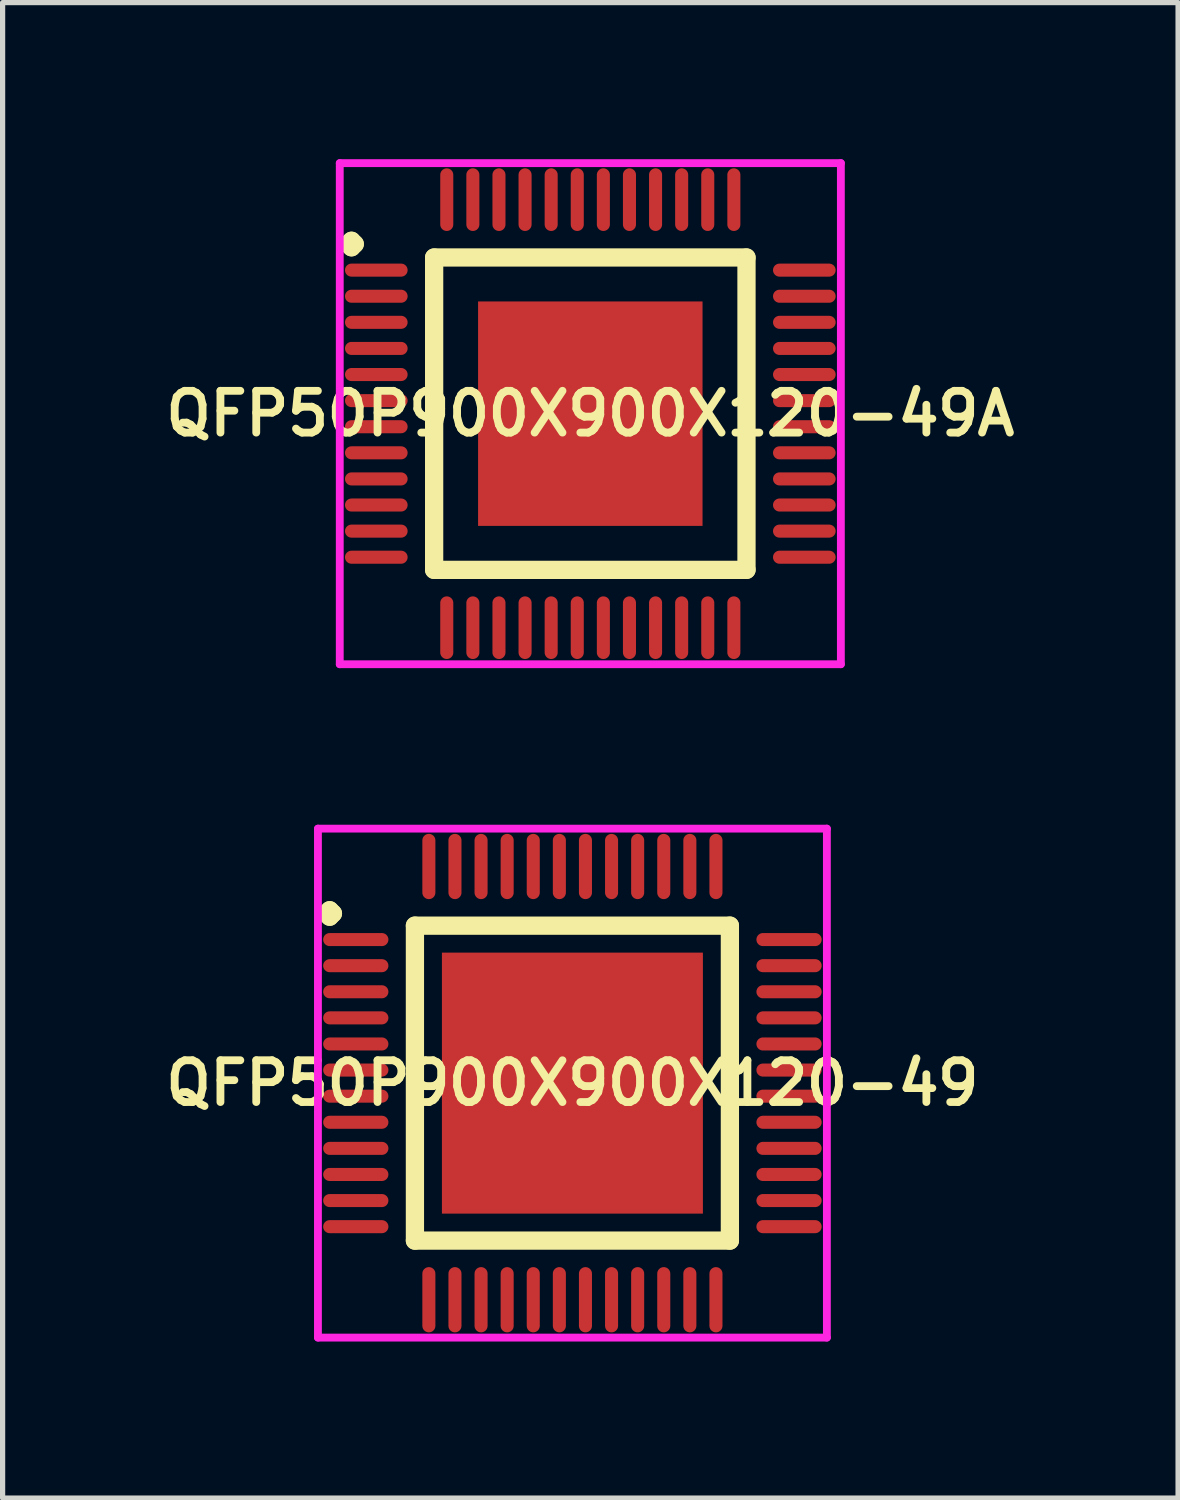
<source format=kicad_pcb>
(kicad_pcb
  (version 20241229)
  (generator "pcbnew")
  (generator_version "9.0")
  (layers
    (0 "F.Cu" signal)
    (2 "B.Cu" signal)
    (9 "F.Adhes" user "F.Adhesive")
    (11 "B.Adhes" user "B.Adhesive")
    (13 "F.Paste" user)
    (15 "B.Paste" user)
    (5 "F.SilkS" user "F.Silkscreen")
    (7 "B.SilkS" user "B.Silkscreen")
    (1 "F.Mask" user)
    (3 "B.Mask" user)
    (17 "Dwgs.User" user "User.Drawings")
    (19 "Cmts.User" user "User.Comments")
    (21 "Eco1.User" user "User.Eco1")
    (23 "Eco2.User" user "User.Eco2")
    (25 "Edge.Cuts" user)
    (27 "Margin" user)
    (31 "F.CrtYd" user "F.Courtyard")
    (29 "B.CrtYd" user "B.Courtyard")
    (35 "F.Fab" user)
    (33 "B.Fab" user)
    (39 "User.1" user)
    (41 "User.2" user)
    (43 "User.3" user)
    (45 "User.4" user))
  (footprint "QFP50P900X900X120-49A"
    (layer "F.Cu")
    (at 8.259 4.875)
    (property "Reference" "QFP50P900X900X120-49A" (at 0 0 0) (layer "F.SilkS") (effects (font (size 0.8 0.8) (thickness 0.15))))
    (attr smd)
    (fp_line (start -4.638 -3.25) (end -4.575 -3.312) (stroke (width 0.35) (type solid)) (layer "F.SilkS"))
    (fp_line (start -4.575 -3.312) (end -4.513 -3.25) (stroke (width 0.35) (type solid)) (layer "F.SilkS"))
    (fp_line (start -4.575 -3.188) (end -4.638 -3.25) (stroke (width 0.35) (type solid)) (layer "F.SilkS"))
    (fp_line (start -4.513 -3.25) (end -4.575 -3.188) (stroke (width 0.35) (type solid)) (layer "F.SilkS"))
    (fp_line (start -2.992 -2.992) (end -2.992 2.992) (stroke (width 0.35) (type solid)) (layer "F.SilkS"))
    (fp_line (start -2.992 2.992) (end 2.992 2.992) (stroke (width 0.35) (type solid)) (layer "F.SilkS"))
    (fp_line (start 2.992 -2.992) (end -2.992 -2.992) (stroke (width 0.35) (type solid)) (layer "F.SilkS"))
    (fp_line (start 2.992 2.992) (end 2.992 -2.992) (stroke (width 0.35) (type solid)) (layer "F.SilkS"))
    (fp_line (start -4.8 -4.8) (end 4.8 -4.8) (stroke (width 0.15) (type solid)) (layer "F.CrtYd"))
    (fp_line (start -4.8 4.8) (end -4.8 -4.8) (stroke (width 0.15) (type solid)) (layer "F.CrtYd"))
    (fp_line (start 4.8 -4.8) (end 4.8 4.8) (stroke (width 0.15) (type solid)) (layer "F.CrtYd"))
    (fp_line (start 4.8 4.8) (end -4.8 4.8) (stroke (width 0.15) (type solid)) (layer "F.CrtYd"))
    (pad "1" smd oval (at -4.1 -2.75) (size 1.2 0.25) (layers "F.Cu" "F.Mask" "F.Paste"))
    (pad "2" smd oval (at -4.1 -2.25) (size 1.2 0.25) (layers "F.Cu" "F.Mask" "F.Paste"))
    (pad "3" smd oval (at -4.1 -1.75) (size 1.2 0.25) (layers "F.Cu" "F.Mask" "F.Paste"))
    (pad "4" smd oval (at -4.1 -1.25) (size 1.2 0.25) (layers "F.Cu" "F.Mask" "F.Paste"))
    (pad "5" smd oval (at -4.1 -0.75) (size 1.2 0.25) (layers "F.Cu" "F.Mask" "F.Paste"))
    (pad "6" smd oval (at -4.1 -0.25) (size 1.2 0.25) (layers "F.Cu" "F.Mask" "F.Paste"))
    (pad "7" smd oval (at -4.1 0.25) (size 1.2 0.25) (layers "F.Cu" "F.Mask" "F.Paste"))
    (pad "8" smd oval (at -4.1 0.75) (size 1.2 0.25) (layers "F.Cu" "F.Mask" "F.Paste"))
    (pad "9" smd oval (at -4.1 1.25) (size 1.2 0.25) (layers "F.Cu" "F.Mask" "F.Paste"))
    (pad "10" smd oval (at -4.1 1.75) (size 1.2 0.25) (layers "F.Cu" "F.Mask" "F.Paste"))
    (pad "11" smd oval (at -4.1 2.25) (size 1.2 0.25) (layers "F.Cu" "F.Mask" "F.Paste"))
    (pad "12" smd oval (at -4.1 2.75) (size 1.2 0.25) (layers "F.Cu" "F.Mask" "F.Paste"))
    (pad "13" smd oval (at -2.75 4.1) (size 0.25 1.2) (layers "F.Cu" "F.Mask" "F.Paste"))
    (pad "14" smd oval (at -2.25 4.1) (size 0.25 1.2) (layers "F.Cu" "F.Mask" "F.Paste"))
    (pad "15" smd oval (at -1.75 4.1) (size 0.25 1.2) (layers "F.Cu" "F.Mask" "F.Paste"))
    (pad "16" smd oval (at -1.25 4.1) (size 0.25 1.2) (layers "F.Cu" "F.Mask" "F.Paste"))
    (pad "17" smd oval (at -0.75 4.1) (size 0.25 1.2) (layers "F.Cu" "F.Mask" "F.Paste"))
    (pad "18" smd oval (at -0.25 4.1) (size 0.25 1.2) (layers "F.Cu" "F.Mask" "F.Paste"))
    (pad "19" smd oval (at 0.25 4.1) (size 0.25 1.2) (layers "F.Cu" "F.Mask" "F.Paste"))
    (pad "20" smd oval (at 0.75 4.1) (size 0.25 1.2) (layers "F.Cu" "F.Mask" "F.Paste"))
    (pad "21" smd oval (at 1.25 4.1) (size 0.25 1.2) (layers "F.Cu" "F.Mask" "F.Paste"))
    (pad "22" smd oval (at 1.75 4.1) (size 0.25 1.2) (layers "F.Cu" "F.Mask" "F.Paste"))
    (pad "23" smd oval (at 2.25 4.1) (size 0.25 1.2) (layers "F.Cu" "F.Mask" "F.Paste"))
    (pad "24" smd oval (at 2.75 4.1) (size 0.25 1.2) (layers "F.Cu" "F.Mask" "F.Paste"))
    (pad "25" smd oval (at 4.1 2.75) (size 1.2 0.25) (layers "F.Cu" "F.Mask" "F.Paste"))
    (pad "26" smd oval (at 4.1 2.25) (size 1.2 0.25) (layers "F.Cu" "F.Mask" "F.Paste"))
    (pad "27" smd oval (at 4.1 1.75) (size 1.2 0.25) (layers "F.Cu" "F.Mask" "F.Paste"))
    (pad "28" smd oval (at 4.1 1.25) (size 1.2 0.25) (layers "F.Cu" "F.Mask" "F.Paste"))
    (pad "29" smd oval (at 4.1 0.75) (size 1.2 0.25) (layers "F.Cu" "F.Mask" "F.Paste"))
    (pad "30" smd oval (at 4.1 0.25) (size 1.2 0.25) (layers "F.Cu" "F.Mask" "F.Paste"))
    (pad "31" smd oval (at 4.1 -0.25) (size 1.2 0.25) (layers "F.Cu" "F.Mask" "F.Paste"))
    (pad "32" smd oval (at 4.1 -0.75) (size 1.2 0.25) (layers "F.Cu" "F.Mask" "F.Paste"))
    (pad "33" smd oval (at 4.1 -1.25) (size 1.2 0.25) (layers "F.Cu" "F.Mask" "F.Paste"))
    (pad "34" smd oval (at 4.1 -1.75) (size 1.2 0.25) (layers "F.Cu" "F.Mask" "F.Paste"))
    (pad "35" smd oval (at 4.1 -2.25) (size 1.2 0.25) (layers "F.Cu" "F.Mask" "F.Paste"))
    (pad "36" smd oval (at 4.1 -2.75) (size 1.2 0.25) (layers "F.Cu" "F.Mask" "F.Paste"))
    (pad "37" smd oval (at 2.75 -4.1) (size 0.25 1.2) (layers "F.Cu" "F.Mask" "F.Paste"))
    (pad "38" smd oval (at 2.25 -4.1) (size 0.25 1.2) (layers "F.Cu" "F.Mask" "F.Paste"))
    (pad "39" smd oval (at 1.75 -4.1) (size 0.25 1.2) (layers "F.Cu" "F.Mask" "F.Paste"))
    (pad "40" smd oval (at 1.25 -4.1) (size 0.25 1.2) (layers "F.Cu" "F.Mask" "F.Paste"))
    (pad "41" smd oval (at 0.75 -4.1) (size 0.25 1.2) (layers "F.Cu" "F.Mask" "F.Paste"))
    (pad "42" smd oval (at 0.25 -4.1) (size 0.25 1.2) (layers "F.Cu" "F.Mask" "F.Paste"))
    (pad "43" smd oval (at -0.25 -4.1) (size 0.25 1.2) (layers "F.Cu" "F.Mask" "F.Paste"))
    (pad "44" smd oval (at -0.75 -4.1) (size 0.25 1.2) (layers "F.Cu" "F.Mask" "F.Paste"))
    (pad "45" smd oval (at -1.25 -4.1) (size 0.25 1.2) (layers "F.Cu" "F.Mask" "F.Paste"))
    (pad "46" smd oval (at -1.75 -4.1) (size 0.25 1.2) (layers "F.Cu" "F.Mask" "F.Paste"))
    (pad "47" smd oval (at -2.25 -4.1) (size 0.25 1.2) (layers "F.Cu" "F.Mask" "F.Paste"))
    (pad "48" smd oval (at -2.75 -4.1) (size 0.25 1.2) (layers "F.Cu" "F.Mask" "F.Paste"))
    (pad "49" smd rect (at 0 0) (size 4.3 4.3) (layers "F.Cu" "F.Mask" "F.Paste")))
  (footprint "QFP50P900X900X120-49"
    (layer "F.Cu")
    (at 7.916 17.7)
    (property "Reference" "QFP50P900X900X120-49" (at 0 0 0) (layer "F.SilkS") (effects (font (size 0.8 0.8) (thickness 0.15))))
    (attr through_hole)
    (fp_line (start -4.713 -3.25) (end -4.65 -3.312) (stroke (width 0.35) (type solid)) (layer "F.SilkS"))
    (fp_line (start -4.65 -3.312) (end -4.588 -3.25) (stroke (width 0.35) (type solid)) (layer "F.SilkS"))
    (fp_line (start -4.65 -3.188) (end -4.713 -3.25) (stroke (width 0.35) (type solid)) (layer "F.SilkS"))
    (fp_line (start -4.588 -3.25) (end -4.65 -3.188) (stroke (width 0.35) (type solid)) (layer "F.SilkS"))
    (fp_line (start -3.017 -3.017) (end -3.017 3.017) (stroke (width 0.35) (type solid)) (layer "F.SilkS"))
    (fp_line (start -3.017 3.017) (end 3.017 3.017) (stroke (width 0.35) (type solid)) (layer "F.SilkS"))
    (fp_line (start 3.017 -3.017) (end -3.017 -3.017) (stroke (width 0.35) (type solid)) (layer "F.SilkS"))
    (fp_line (start 3.017 3.017) (end 3.017 -3.017) (stroke (width 0.35) (type solid)) (layer "F.SilkS"))
    (fp_line (start -4.875 -4.875) (end 4.875 -4.875) (stroke (width 0.15) (type solid)) (layer "F.CrtYd"))
    (fp_line (start -4.875 4.875) (end -4.875 -4.875) (stroke (width 0.15) (type solid)) (layer "F.CrtYd"))
    (fp_line (start 4.875 -4.875) (end 4.875 4.875) (stroke (width 0.15) (type solid)) (layer "F.CrtYd"))
    (fp_line (start 4.875 4.875) (end -4.875 4.875) (stroke (width 0.15) (type solid)) (layer "F.CrtYd"))
    (pad "1" smd oval (at -4.15 -2.75) (size 1.25 0.25) (layers "F.Cu" "F.Mask" "F.Paste"))
    (pad "2" smd oval (at -4.15 -2.25) (size 1.25 0.25) (layers "F.Cu" "F.Mask" "F.Paste"))
    (pad "3" smd oval (at -4.15 -1.75) (size 1.25 0.25) (layers "F.Cu" "F.Mask" "F.Paste"))
    (pad "4" smd oval (at -4.15 -1.25) (size 1.25 0.25) (layers "F.Cu" "F.Mask" "F.Paste"))
    (pad "5" smd oval (at -4.15 -0.75) (size 1.25 0.25) (layers "F.Cu" "F.Mask" "F.Paste"))
    (pad "6" smd oval (at -4.15 -0.25) (size 1.25 0.25) (layers "F.Cu" "F.Mask" "F.Paste"))
    (pad "7" smd oval (at -4.15 0.25) (size 1.25 0.25) (layers "F.Cu" "F.Mask" "F.Paste"))
    (pad "8" smd oval (at -4.15 0.75) (size 1.25 0.25) (layers "F.Cu" "F.Mask" "F.Paste"))
    (pad "9" smd oval (at -4.15 1.25) (size 1.25 0.25) (layers "F.Cu" "F.Mask" "F.Paste"))
    (pad "10" smd oval (at -4.15 1.75) (size 1.25 0.25) (layers "F.Cu" "F.Mask" "F.Paste"))
    (pad "11" smd oval (at -4.15 2.25) (size 1.25 0.25) (layers "F.Cu" "F.Mask" "F.Paste"))
    (pad "12" smd oval (at -4.15 2.75) (size 1.25 0.25) (layers "F.Cu" "F.Mask" "F.Paste"))
    (pad "13" smd oval (at -2.75 4.15) (size 0.25 1.25) (layers "F.Cu" "F.Mask" "F.Paste"))
    (pad "14" smd oval (at -2.25 4.15) (size 0.25 1.25) (layers "F.Cu" "F.Mask" "F.Paste"))
    (pad "15" smd oval (at -1.75 4.15) (size 0.25 1.25) (layers "F.Cu" "F.Mask" "F.Paste"))
    (pad "16" smd oval (at -1.25 4.15) (size 0.25 1.25) (layers "F.Cu" "F.Mask" "F.Paste"))
    (pad "17" smd oval (at -0.75 4.15) (size 0.25 1.25) (layers "F.Cu" "F.Mask" "F.Paste"))
    (pad "18" smd oval (at -0.25 4.15) (size 0.25 1.25) (layers "F.Cu" "F.Mask" "F.Paste"))
    (pad "19" smd oval (at 0.25 4.15) (size 0.25 1.25) (layers "F.Cu" "F.Mask" "F.Paste"))
    (pad "20" smd oval (at 0.75 4.15) (size 0.25 1.25) (layers "F.Cu" "F.Mask" "F.Paste"))
    (pad "21" smd oval (at 1.25 4.15) (size 0.25 1.25) (layers "F.Cu" "F.Mask" "F.Paste"))
    (pad "22" smd oval (at 1.75 4.15) (size 0.25 1.25) (layers "F.Cu" "F.Mask" "F.Paste"))
    (pad "23" smd oval (at 2.25 4.15) (size 0.25 1.25) (layers "F.Cu" "F.Mask" "F.Paste"))
    (pad "24" smd oval (at 2.75 4.15) (size 0.25 1.25) (layers "F.Cu" "F.Mask" "F.Paste"))
    (pad "25" smd oval (at 4.15 2.75) (size 1.25 0.25) (layers "F.Cu" "F.Mask" "F.Paste"))
    (pad "26" smd oval (at 4.15 2.25) (size 1.25 0.25) (layers "F.Cu" "F.Mask" "F.Paste"))
    (pad "27" smd oval (at 4.15 1.75) (size 1.25 0.25) (layers "F.Cu" "F.Mask" "F.Paste"))
    (pad "28" smd oval (at 4.15 1.25) (size 1.25 0.25) (layers "F.Cu" "F.Mask" "F.Paste"))
    (pad "29" smd oval (at 4.15 0.75) (size 1.25 0.25) (layers "F.Cu" "F.Mask" "F.Paste"))
    (pad "30" smd oval (at 4.15 0.25) (size 1.25 0.25) (layers "F.Cu" "F.Mask" "F.Paste"))
    (pad "31" smd oval (at 4.15 -0.25) (size 1.25 0.25) (layers "F.Cu" "F.Mask" "F.Paste"))
    (pad "32" smd oval (at 4.15 -0.75) (size 1.25 0.25) (layers "F.Cu" "F.Mask" "F.Paste"))
    (pad "33" smd oval (at 4.15 -1.25) (size 1.25 0.25) (layers "F.Cu" "F.Mask" "F.Paste"))
    (pad "34" smd oval (at 4.15 -1.75) (size 1.25 0.25) (layers "F.Cu" "F.Mask" "F.Paste"))
    (pad "35" smd oval (at 4.15 -2.25) (size 1.25 0.25) (layers "F.Cu" "F.Mask" "F.Paste"))
    (pad "36" smd oval (at 4.15 -2.75) (size 1.25 0.25) (layers "F.Cu" "F.Mask" "F.Paste"))
    (pad "37" smd oval (at 2.75 -4.15) (size 0.25 1.25) (layers "F.Cu" "F.Mask" "F.Paste"))
    (pad "38" smd oval (at 2.25 -4.15) (size 0.25 1.25) (layers "F.Cu" "F.Mask" "F.Paste"))
    (pad "39" smd oval (at 1.75 -4.15) (size 0.25 1.25) (layers "F.Cu" "F.Mask" "F.Paste"))
    (pad "40" smd oval (at 1.25 -4.15) (size 0.25 1.25) (layers "F.Cu" "F.Mask" "F.Paste"))
    (pad "41" smd oval (at 0.75 -4.15) (size 0.25 1.25) (layers "F.Cu" "F.Mask" "F.Paste"))
    (pad "42" smd oval (at 0.25 -4.15) (size 0.25 1.25) (layers "F.Cu" "F.Mask" "F.Paste"))
    (pad "43" smd oval (at -0.25 -4.15) (size 0.25 1.25) (layers "F.Cu" "F.Mask" "F.Paste"))
    (pad "44" smd oval (at -0.75 -4.15) (size 0.25 1.25) (layers "F.Cu" "F.Mask" "F.Paste"))
    (pad "45" smd oval (at -1.25 -4.15) (size 0.25 1.25) (layers "F.Cu" "F.Mask" "F.Paste"))
    (pad "46" smd oval (at -1.75 -4.15) (size 0.25 1.25) (layers "F.Cu" "F.Mask" "F.Paste"))
    (pad "47" smd oval (at -2.25 -4.15) (size 0.25 1.25) (layers "F.Cu" "F.Mask" "F.Paste"))
    (pad "48" smd oval (at -2.75 -4.15) (size 0.25 1.25) (layers "F.Cu" "F.Mask" "F.Paste"))
    (pad "49" smd rect (at 0 0) (size 5 5) (layers "F.Cu" "F.Mask" "F.Paste")))
  (gr_rect
    (start -3 -3)
    (end 19.519 25.65)
    (stroke (width 0.1) (type default))
    (fill no)
    (layer "Edge.Cuts")))
</source>
